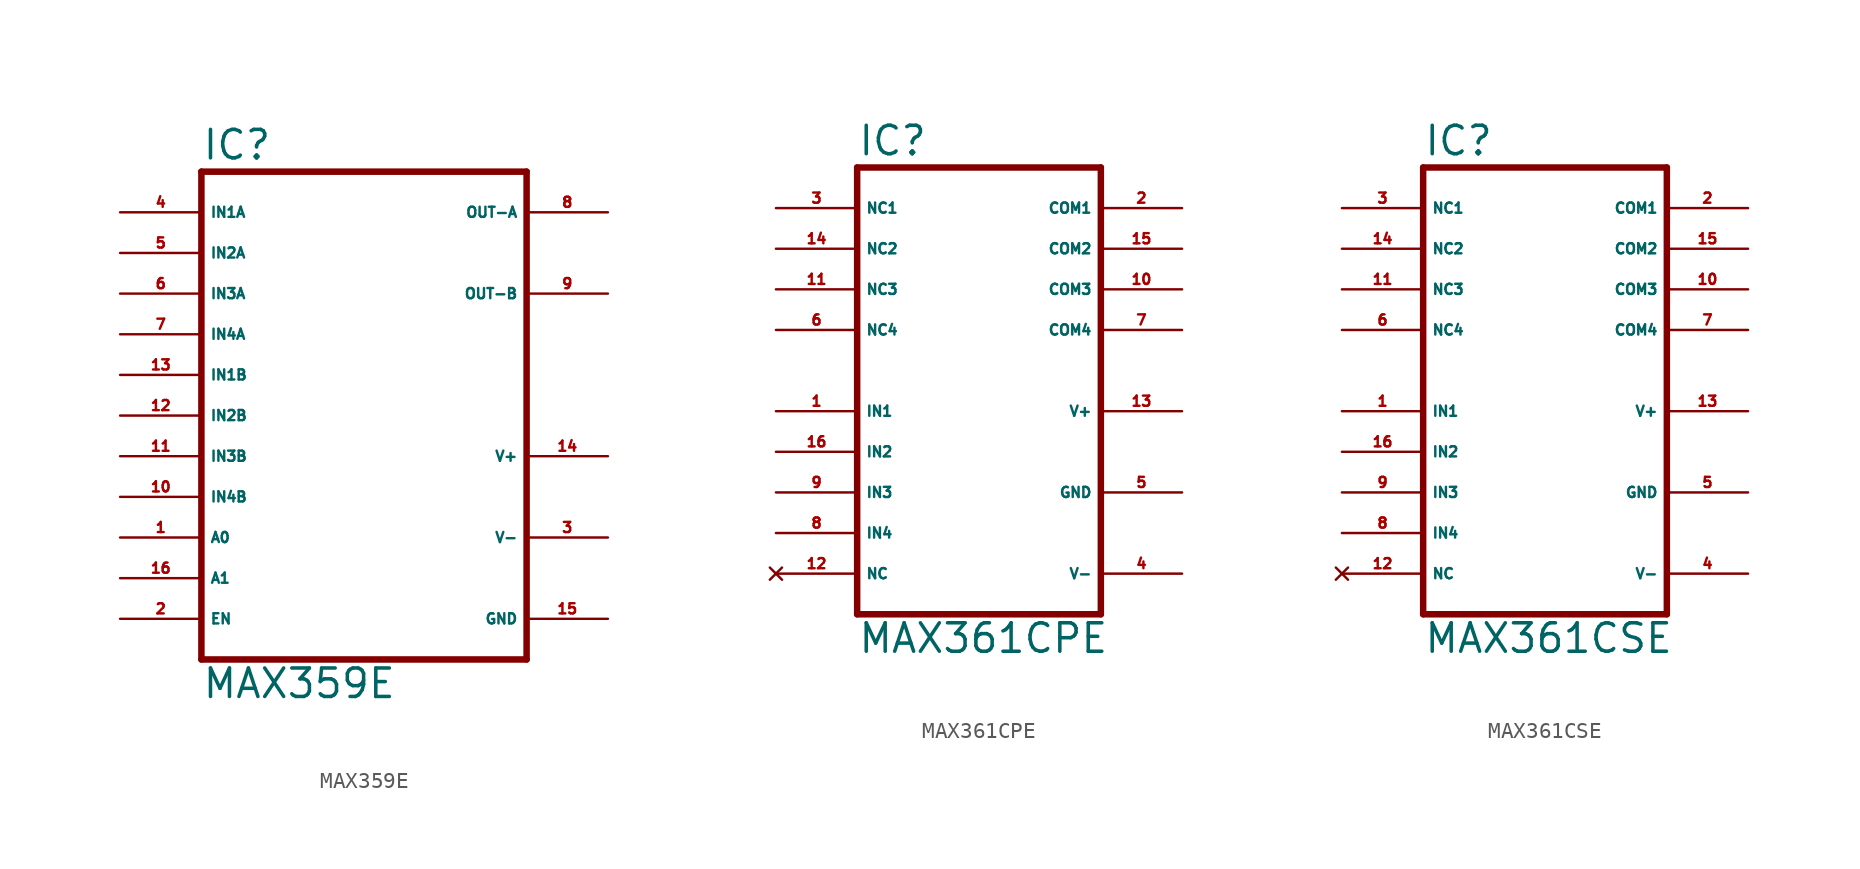
<source format=kicad_sym>
(kicad_symbol_lib
  (version 20220914)
  (generator Eagle2Kicad)
  (symbol "MAX359E"
    (property "Reference" "IC"
      (at -10.16 15.875 0)
      (effects (font (size 1.778 1.778) (thickness 0.22)) (justify left bottom)))
    (property "Value" "MAX359E"
      (at -10.16 -17.78 0)
      (effects (font (size 1.778 1.778) (thickness 0.22)) (justify left bottom)))
    (polyline
      (pts (xy 10.16 -15.24) (xy -10.16 -15.24))
      (stroke (width 0.406) (type default))
      (fill (type none)))
    (polyline
      (pts (xy -10.16 15.24) (xy -10.16 -15.24))
      (stroke (width 0.406) (type default))
      (fill (type none)))
    (polyline
      (pts (xy -10.16 15.24) (xy 10.16 15.24))
      (stroke (width 0.406) (type default))
      (fill (type none)))
    (polyline
      (pts (xy 10.16 -15.24) (xy 10.16 15.24))
      (stroke (width 0.406) (type default))
      (fill (type none)))
    (pin passive line
      (at -15.24 12.7 0)
      (length 5.08)
      (name "IN1A" (effects (font (size 0.635 0.635) (thickness 0.08)) (justify left bottom)))
      (number "4" (effects (font (size 0.635 0.635) (thickness 0.08)) (justify left bottom))))
    (pin passive line
      (at -15.24 10.16 0)
      (length 5.08)
      (name "IN2A" (effects (font (size 0.635 0.635) (thickness 0.08)) (justify left bottom)))
      (number "5" (effects (font (size 0.635 0.635) (thickness 0.08)) (justify left bottom))))
    (pin passive line
      (at -15.24 7.62 0)
      (length 5.08)
      (name "IN3A" (effects (font (size 0.635 0.635) (thickness 0.08)) (justify left bottom)))
      (number "6" (effects (font (size 0.635 0.635) (thickness 0.08)) (justify left bottom))))
    (pin passive line
      (at -15.24 5.08 0)
      (length 5.08)
      (name "IN4A" (effects (font (size 0.635 0.635) (thickness 0.08)) (justify left bottom)))
      (number "7" (effects (font (size 0.635 0.635) (thickness 0.08)) (justify left bottom))))
    (pin passive line
      (at -15.24 2.54 0)
      (length 5.08)
      (name "IN1B" (effects (font (size 0.635 0.635) (thickness 0.08)) (justify left bottom)))
      (number "13" (effects (font (size 0.635 0.635) (thickness 0.08)) (justify left bottom))))
    (pin passive line
      (at -15.24 0 0)
      (length 5.08)
      (name "IN2B" (effects (font (size 0.635 0.635) (thickness 0.08)) (justify left bottom)))
      (number "12" (effects (font (size 0.635 0.635) (thickness 0.08)) (justify left bottom))))
    (pin passive line
      (at -15.24 -2.54 0)
      (length 5.08)
      (name "IN3B" (effects (font (size 0.635 0.635) (thickness 0.08)) (justify left bottom)))
      (number "11" (effects (font (size 0.635 0.635) (thickness 0.08)) (justify left bottom))))
    (pin passive line
      (at -15.24 -5.08 0)
      (length 5.08)
      (name "IN4B" (effects (font (size 0.635 0.635) (thickness 0.08)) (justify left bottom)))
      (number "10" (effects (font (size 0.635 0.635) (thickness 0.08)) (justify left bottom))))
    (pin input line
      (at -15.24 -12.7 0)
      (length 5.08)
      (name "EN" (effects (font (size 0.635 0.635) (thickness 0.08)) (justify left bottom)))
      (number "2" (effects (font (size 0.635 0.635) (thickness 0.08)) (justify left bottom))))
    (pin passive line
      (at 15.24 12.7 180)
      (length 5.08)
      (name "OUT-A" (effects (font (size 0.635 0.635) (thickness 0.08)) (justify left bottom)))
      (number "8" (effects (font (size 0.635 0.635) (thickness 0.08)) (justify left bottom))))
    (pin input line
      (at -15.24 -7.62 0)
      (length 5.08)
      (name "A0" (effects (font (size 0.635 0.635) (thickness 0.08)) (justify left bottom)))
      (number "1" (effects (font (size 0.635 0.635) (thickness 0.08)) (justify left bottom))))
    (pin input line
      (at -15.24 -10.16 0)
      (length 5.08)
      (name "A1" (effects (font (size 0.635 0.635) (thickness 0.08)) (justify left bottom)))
      (number "16" (effects (font (size 0.635 0.635) (thickness 0.08)) (justify left bottom))))
    (pin passive line
      (at 15.24 7.62 180)
      (length 5.08)
      (name "OUT-B" (effects (font (size 0.635 0.635) (thickness 0.08)) (justify left bottom)))
      (number "9" (effects (font (size 0.635 0.635) (thickness 0.08)) (justify left bottom))))
    (pin unspecified line
      (at 15.24 -12.7 180)
      (length 5.08)
      (name "GND" (effects (font (size 0.635 0.635) (thickness 0.08)) (justify left bottom)))
      (number "15" (effects (font (size 0.635 0.635) (thickness 0.08)) (justify left bottom))))
    (pin unspecified line
      (at 15.24 -7.62 180)
      (length 5.08)
      (name "V-" (effects (font (size 0.635 0.635) (thickness 0.08)) (justify left bottom)))
      (number "3" (effects (font (size 0.635 0.635) (thickness 0.08)) (justify left bottom))))
    (pin unspecified line
      (at 15.24 -2.54 180)
      (length 5.08)
      (name "V+" (effects (font (size 0.635 0.635) (thickness 0.08)) (justify left bottom)))
      (number "14" (effects (font (size 0.635 0.635) (thickness 0.08)) (justify left bottom)))))
  (symbol "MAX361CPE"
    (property "Reference" "IC"
      (at -7.62 15.875 0)
      (effects (font (size 1.778 1.778) (thickness 0.22)) (justify left bottom)))
    (property "Value" "MAX361CPE"
      (at -7.62 -15.24 0)
      (effects (font (size 1.778 1.778) (thickness 0.22)) (justify left bottom)))
    (polyline
      (pts (xy 7.62 -12.7) (xy -7.62 -12.7))
      (stroke (width 0.406) (type default))
      (fill (type none)))
    (polyline
      (pts (xy -7.62 -12.7) (xy -7.62 15.24))
      (stroke (width 0.406) (type default))
      (fill (type none)))
    (polyline
      (pts (xy -7.62 15.24) (xy 7.62 15.24))
      (stroke (width 0.406) (type default))
      (fill (type none)))
    (polyline
      (pts (xy 7.62 15.24) (xy 7.62 -12.7))
      (stroke (width 0.406) (type default))
      (fill (type none)))
    (pin input line
      (at -12.7 0 0)
      (length 5.08)
      (name "IN1" (effects (font (size 0.635 0.635) (thickness 0.08)) (justify left bottom)))
      (number "1" (effects (font (size 0.635 0.635) (thickness 0.08)) (justify left bottom))))
    (pin input line
      (at -12.7 -2.54 0)
      (length 5.08)
      (name "IN2" (effects (font (size 0.635 0.635) (thickness 0.08)) (justify left bottom)))
      (number "16" (effects (font (size 0.635 0.635) (thickness 0.08)) (justify left bottom))))
    (pin input line
      (at -12.7 -5.08 0)
      (length 5.08)
      (name "IN3" (effects (font (size 0.635 0.635) (thickness 0.08)) (justify left bottom)))
      (number "9" (effects (font (size 0.635 0.635) (thickness 0.08)) (justify left bottom))))
    (pin input line
      (at -12.7 -7.62 0)
      (length 5.08)
      (name "IN4" (effects (font (size 0.635 0.635) (thickness 0.08)) (justify left bottom)))
      (number "8" (effects (font (size 0.635 0.635) (thickness 0.08)) (justify left bottom))))
    (pin passive line
      (at -12.7 12.7 0)
      (length 5.08)
      (name "NC1" (effects (font (size 0.635 0.635) (thickness 0.08)) (justify left bottom)))
      (number "3" (effects (font (size 0.635 0.635) (thickness 0.08)) (justify left bottom))))
    (pin passive line
      (at -12.7 10.16 0)
      (length 5.08)
      (name "NC2" (effects (font (size 0.635 0.635) (thickness 0.08)) (justify left bottom)))
      (number "14" (effects (font (size 0.635 0.635) (thickness 0.08)) (justify left bottom))))
    (pin passive line
      (at -12.7 7.62 0)
      (length 5.08)
      (name "NC3" (effects (font (size 0.635 0.635) (thickness 0.08)) (justify left bottom)))
      (number "11" (effects (font (size 0.635 0.635) (thickness 0.08)) (justify left bottom))))
    (pin passive line
      (at -12.7 5.08 0)
      (length 5.08)
      (name "NC4" (effects (font (size 0.635 0.635) (thickness 0.08)) (justify left bottom)))
      (number "6" (effects (font (size 0.635 0.635) (thickness 0.08)) (justify left bottom))))
    (pin passive line
      (at 12.7 12.7 180)
      (length 5.08)
      (name "COM1" (effects (font (size 0.635 0.635) (thickness 0.08)) (justify left bottom)))
      (number "2" (effects (font (size 0.635 0.635) (thickness 0.08)) (justify left bottom))))
    (pin passive line
      (at 12.7 10.16 180)
      (length 5.08)
      (name "COM2" (effects (font (size 0.635 0.635) (thickness 0.08)) (justify left bottom)))
      (number "15" (effects (font (size 0.635 0.635) (thickness 0.08)) (justify left bottom))))
    (pin passive line
      (at 12.7 7.62 180)
      (length 5.08)
      (name "COM3" (effects (font (size 0.635 0.635) (thickness 0.08)) (justify left bottom)))
      (number "10" (effects (font (size 0.635 0.635) (thickness 0.08)) (justify left bottom))))
    (pin passive line
      (at 12.7 5.08 180)
      (length 5.08)
      (name "COM4" (effects (font (size 0.635 0.635) (thickness 0.08)) (justify left bottom)))
      (number "7" (effects (font (size 0.635 0.635) (thickness 0.08)) (justify left bottom))))
    (pin unspecified line
      (at 12.7 0 180)
      (length 5.08)
      (name "V+" (effects (font (size 0.635 0.635) (thickness 0.08)) (justify left bottom)))
      (number "13" (effects (font (size 0.635 0.635) (thickness 0.08)) (justify left bottom))))
    (pin no_connect line
      (at -12.7 -10.16 0)
      (length 5.08)
      (name "NC" (effects (font (size 0.635 0.635) (thickness 0.08)) (justify left bottom) hide))
      (number "12" (effects (font (size 0.635 0.635) (thickness 0.08)) (justify left bottom) hide)))
    (pin unspecified line
      (at 12.7 -5.08 180)
      (length 5.08)
      (name "GND" (effects (font (size 0.635 0.635) (thickness 0.08)) (justify left bottom)))
      (number "5" (effects (font (size 0.635 0.635) (thickness 0.08)) (justify left bottom))))
    (pin unspecified line
      (at 12.7 -10.16 180)
      (length 5.08)
      (name "V-" (effects (font (size 0.635 0.635) (thickness 0.08)) (justify left bottom)))
      (number "4" (effects (font (size 0.635 0.635) (thickness 0.08)) (justify left bottom)))))
  (symbol "MAX361CSE"
    (property "Reference" "IC"
      (at -7.62 15.875 0)
      (effects (font (size 1.778 1.778) (thickness 0.22)) (justify left bottom)))
    (property "Value" "MAX361CSE"
      (at -7.62 -15.24 0)
      (effects (font (size 1.778 1.778) (thickness 0.22)) (justify left bottom)))
    (polyline
      (pts (xy 7.62 -12.7) (xy -7.62 -12.7))
      (stroke (width 0.406) (type default))
      (fill (type none)))
    (polyline
      (pts (xy -7.62 -12.7) (xy -7.62 15.24))
      (stroke (width 0.406) (type default))
      (fill (type none)))
    (polyline
      (pts (xy -7.62 15.24) (xy 7.62 15.24))
      (stroke (width 0.406) (type default))
      (fill (type none)))
    (polyline
      (pts (xy 7.62 15.24) (xy 7.62 -12.7))
      (stroke (width 0.406) (type default))
      (fill (type none)))
    (pin input line
      (at -12.7 0 0)
      (length 5.08)
      (name "IN1" (effects (font (size 0.635 0.635) (thickness 0.08)) (justify left bottom)))
      (number "1" (effects (font (size 0.635 0.635) (thickness 0.08)) (justify left bottom))))
    (pin input line
      (at -12.7 -2.54 0)
      (length 5.08)
      (name "IN2" (effects (font (size 0.635 0.635) (thickness 0.08)) (justify left bottom)))
      (number "16" (effects (font (size 0.635 0.635) (thickness 0.08)) (justify left bottom))))
    (pin input line
      (at -12.7 -5.08 0)
      (length 5.08)
      (name "IN3" (effects (font (size 0.635 0.635) (thickness 0.08)) (justify left bottom)))
      (number "9" (effects (font (size 0.635 0.635) (thickness 0.08)) (justify left bottom))))
    (pin input line
      (at -12.7 -7.62 0)
      (length 5.08)
      (name "IN4" (effects (font (size 0.635 0.635) (thickness 0.08)) (justify left bottom)))
      (number "8" (effects (font (size 0.635 0.635) (thickness 0.08)) (justify left bottom))))
    (pin passive line
      (at -12.7 12.7 0)
      (length 5.08)
      (name "NC1" (effects (font (size 0.635 0.635) (thickness 0.08)) (justify left bottom)))
      (number "3" (effects (font (size 0.635 0.635) (thickness 0.08)) (justify left bottom))))
    (pin passive line
      (at -12.7 10.16 0)
      (length 5.08)
      (name "NC2" (effects (font (size 0.635 0.635) (thickness 0.08)) (justify left bottom)))
      (number "14" (effects (font (size 0.635 0.635) (thickness 0.08)) (justify left bottom))))
    (pin passive line
      (at -12.7 7.62 0)
      (length 5.08)
      (name "NC3" (effects (font (size 0.635 0.635) (thickness 0.08)) (justify left bottom)))
      (number "11" (effects (font (size 0.635 0.635) (thickness 0.08)) (justify left bottom))))
    (pin passive line
      (at -12.7 5.08 0)
      (length 5.08)
      (name "NC4" (effects (font (size 0.635 0.635) (thickness 0.08)) (justify left bottom)))
      (number "6" (effects (font (size 0.635 0.635) (thickness 0.08)) (justify left bottom))))
    (pin passive line
      (at 12.7 12.7 180)
      (length 5.08)
      (name "COM1" (effects (font (size 0.635 0.635) (thickness 0.08)) (justify left bottom)))
      (number "2" (effects (font (size 0.635 0.635) (thickness 0.08)) (justify left bottom))))
    (pin passive line
      (at 12.7 10.16 180)
      (length 5.08)
      (name "COM2" (effects (font (size 0.635 0.635) (thickness 0.08)) (justify left bottom)))
      (number "15" (effects (font (size 0.635 0.635) (thickness 0.08)) (justify left bottom))))
    (pin passive line
      (at 12.7 7.62 180)
      (length 5.08)
      (name "COM3" (effects (font (size 0.635 0.635) (thickness 0.08)) (justify left bottom)))
      (number "10" (effects (font (size 0.635 0.635) (thickness 0.08)) (justify left bottom))))
    (pin passive line
      (at 12.7 5.08 180)
      (length 5.08)
      (name "COM4" (effects (font (size 0.635 0.635) (thickness 0.08)) (justify left bottom)))
      (number "7" (effects (font (size 0.635 0.635) (thickness 0.08)) (justify left bottom))))
    (pin unspecified line
      (at 12.7 0 180)
      (length 5.08)
      (name "V+" (effects (font (size 0.635 0.635) (thickness 0.08)) (justify left bottom)))
      (number "13" (effects (font (size 0.635 0.635) (thickness 0.08)) (justify left bottom))))
    (pin no_connect line
      (at -12.7 -10.16 0)
      (length 5.08)
      (name "NC" (effects (font (size 0.635 0.635) (thickness 0.08)) (justify left bottom) hide))
      (number "12" (effects (font (size 0.635 0.635) (thickness 0.08)) (justify left bottom) hide)))
    (pin unspecified line
      (at 12.7 -5.08 180)
      (length 5.08)
      (name "GND" (effects (font (size 0.635 0.635) (thickness 0.08)) (justify left bottom)))
      (number "5" (effects (font (size 0.635 0.635) (thickness 0.08)) (justify left bottom))))
    (pin unspecified line
      (at 12.7 -10.16 180)
      (length 5.08)
      (name "V-" (effects (font (size 0.635 0.635) (thickness 0.08)) (justify left bottom)))
      (number "4" (effects (font (size 0.635 0.635) (thickness 0.08)) (justify left bottom))))))
</source>
